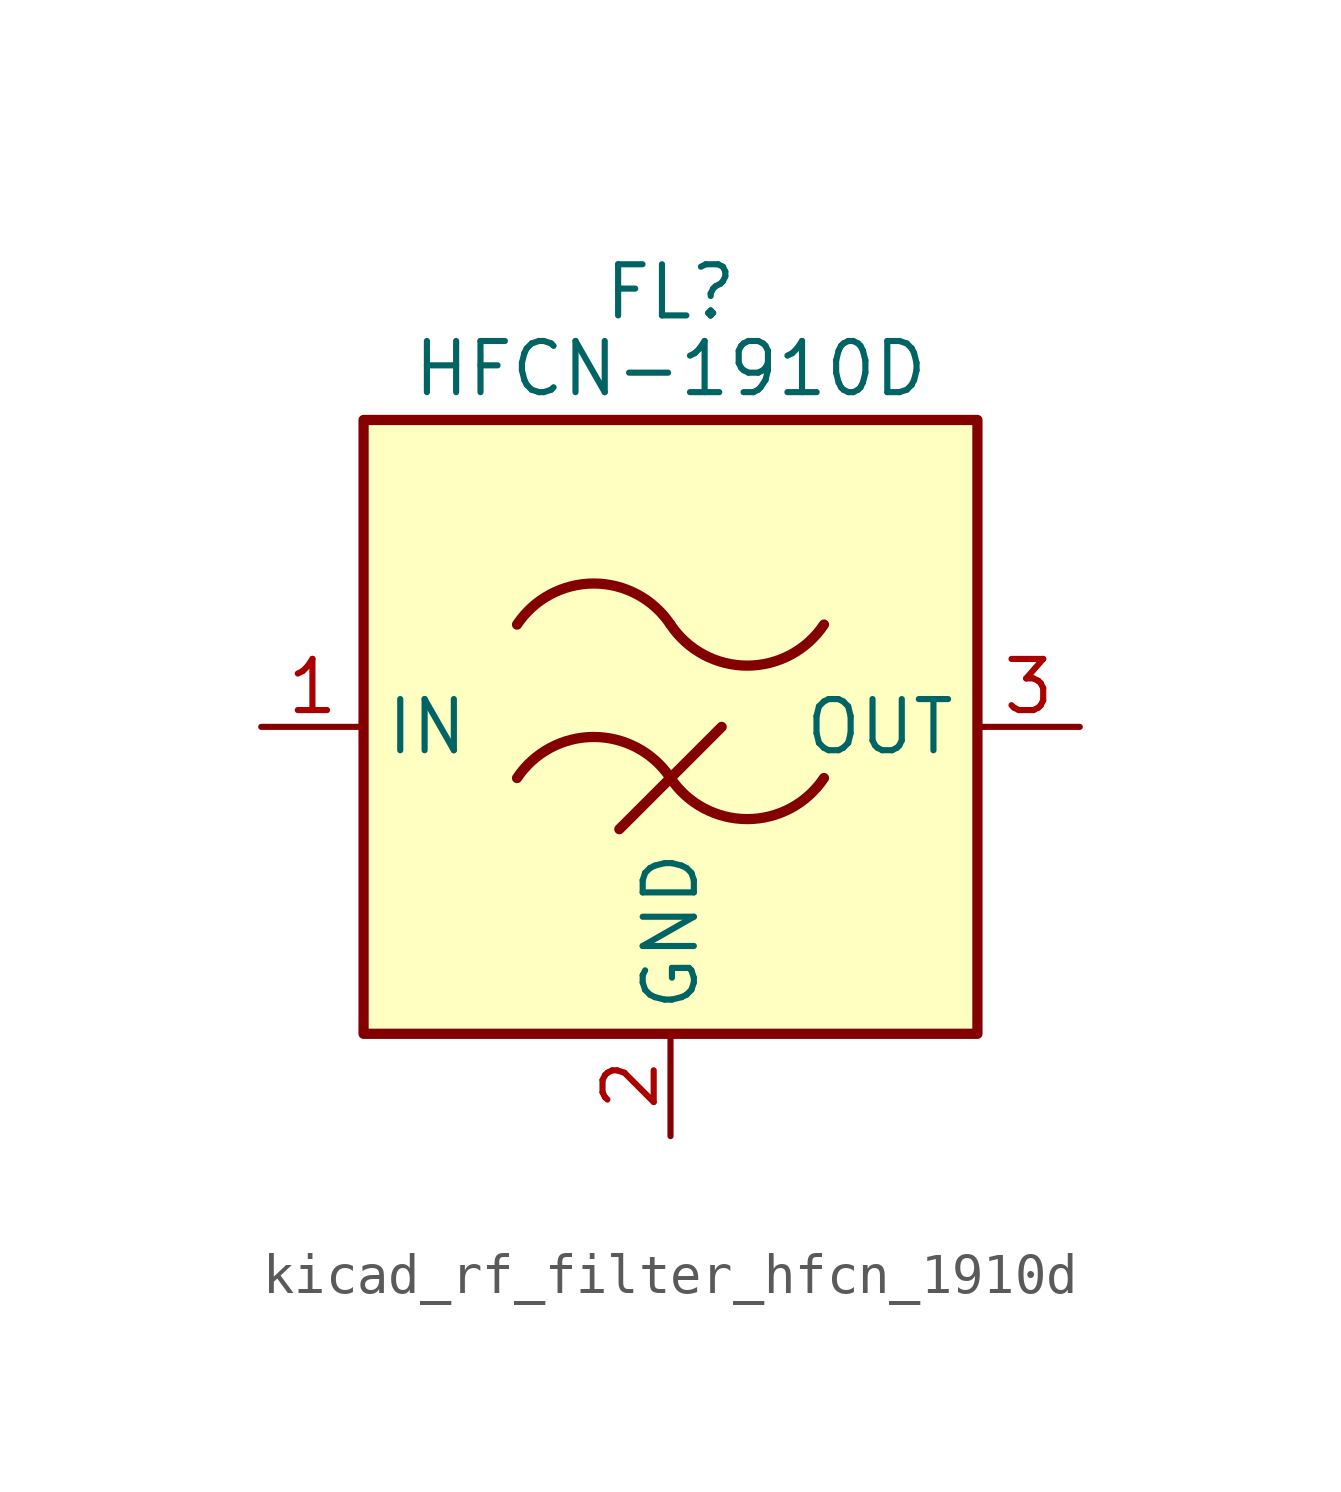
<source format=kicad_sym>
(kicad_symbol_lib
  (version 20220914)
  (generator kicad_symbol_editor)
  (symbol "kicad_rf_filter_hfcn_1910d"
    (property "Reference" "FL"
      (at 0 10.795 0)
      (effects (font (size 1.27 1.27))))
    (property "Value" "HFCN-1910D"
      (at 0 8.89 0)
      (effects (font (size 1.27 1.27))))
    (symbol "kicad_rf_filter_hfcn_1910d_0_1"
      (rectangle (start -7.62 7.62) (end 7.62 -7.62) (stroke (width 0.254) (type default)) (fill (type background)))
      (arc (start 0 -1.27) (mid -1.905 -0.2505) (end -3.81 -1.27) (stroke (width 0.254) (type default)) (fill (type none)))
      (arc (start 0 -1.27) (mid 1.905 -2.2895) (end 3.81 -1.27) (stroke (width 0.254) (type default)) (fill (type none)))
      (polyline (pts (xy -1.27 -2.54) (xy 1.27 0)) (stroke (width 0.254) (type default)) (fill (type none)))
      (arc (start 0 2.54) (mid -1.905 3.5595) (end -3.81 2.54) (stroke (width 0.254) (type default)) (fill (type none)))
      (arc (start 0 2.54) (mid 1.905 1.5205) (end 3.81 2.54) (stroke (width 0.254) (type default)) (fill (type none))))
    (symbol "kicad_rf_filter_hfcn_1910d_1_1"
      (pin passive line (at -10.16 0 0) (length 2.54) (name "IN" (effects (font (size 1.27 1.27)))) (number "1" (effects (font (size 1.27 1.27)))))
      (pin passive line (at 0 -10.16 90) (length 2.54) (name "GND" (effects (font (size 1.27 1.27)))) (number "2" (effects (font (size 1.27 1.27)))))
      (pin passive line (at 10.16 0 180) (length 2.54) (name "OUT" (effects (font (size 1.27 1.27)))) (number "3" (effects (font (size 1.27 1.27)))))
      (pin passive line (at 0 -10.16 90) (length 2.54) hide (name "GND" (effects (font (size 1.27 1.27)))) (number "4" (effects (font (size 1.27 1.27))))))))
</source>
